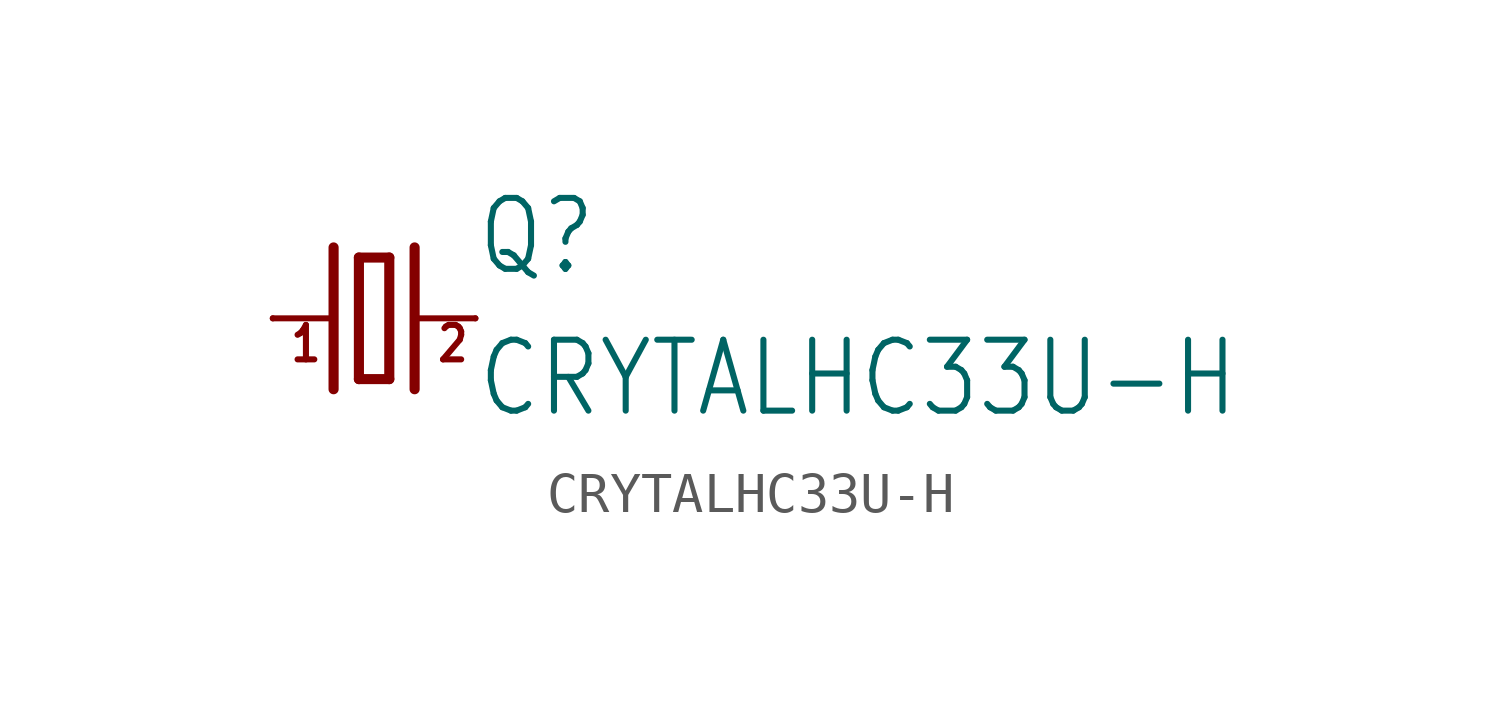
<source format=kicad_sym>
(kicad_symbol_lib
  (version 20211014)
  (generator kicad_symbol_editor)
  (symbol "CRYTALHC33U-H"
    (property "Reference" "Q"
      (at 2.54 1.016 0)
      (effects (font (size 1.778 1.511)) (justify left bottom)))
    (property "Value" "CRYTALHC33U-H"
      (at 2.54 -2.54 0)
      (effects (font (size 1.778 1.511)) (justify left bottom)))
    (property "ki_locked" ""
      (at 0 0 0)
      (effects (font (size 1.27 1.27))))
    (symbol "CRYTALHC33U-H_1_0"
      (polyline (pts (xy -2.54 0) (xy -1.016 0)) (stroke (width 0.152) (type default) (color 0 0 0 0)) (fill (type none)))
      (polyline (pts (xy -1.016 1.778) (xy -1.016 -1.778)) (stroke (width 0.254) (type default) (color 0 0 0 0)) (fill (type none)))
      (polyline (pts (xy -0.381 -1.524) (xy 0.381 -1.524)) (stroke (width 0.254) (type default) (color 0 0 0 0)) (fill (type none)))
      (polyline (pts (xy -0.381 1.524) (xy -0.381 -1.524)) (stroke (width 0.254) (type default) (color 0 0 0 0)) (fill (type none)))
      (polyline (pts (xy 0.381 -1.524) (xy 0.381 1.524)) (stroke (width 0.254) (type default) (color 0 0 0 0)) (fill (type none)))
      (polyline (pts (xy 0.381 1.524) (xy -0.381 1.524)) (stroke (width 0.254) (type default) (color 0 0 0 0)) (fill (type none)))
      (polyline (pts (xy 1.016 0) (xy 2.54 0)) (stroke (width 0.152) (type default) (color 0 0 0 0)) (fill (type none)))
      (polyline (pts (xy 1.016 1.778) (xy 1.016 -1.778)) (stroke (width 0.254) (type default) (color 0 0 0 0)) (fill (type none)))
      (text "1" (at -2.159 -1.143 0) (effects (font (size 0.864 0.734)) (justify left bottom)))
      (text "2" (at 1.524 -1.143 0) (effects (font (size 0.864 0.734)) (justify left bottom)))
      (pin passive line (at -2.54 0 0) (length 0) (name "1" (effects (font (size 0 0)))) (number "1" (effects (font (size 0 0)))))
      (pin passive line (at 2.54 0 180) (length 0) (name "2" (effects (font (size 0 0)))) (number "2" (effects (font (size 0 0))))))))
</source>
